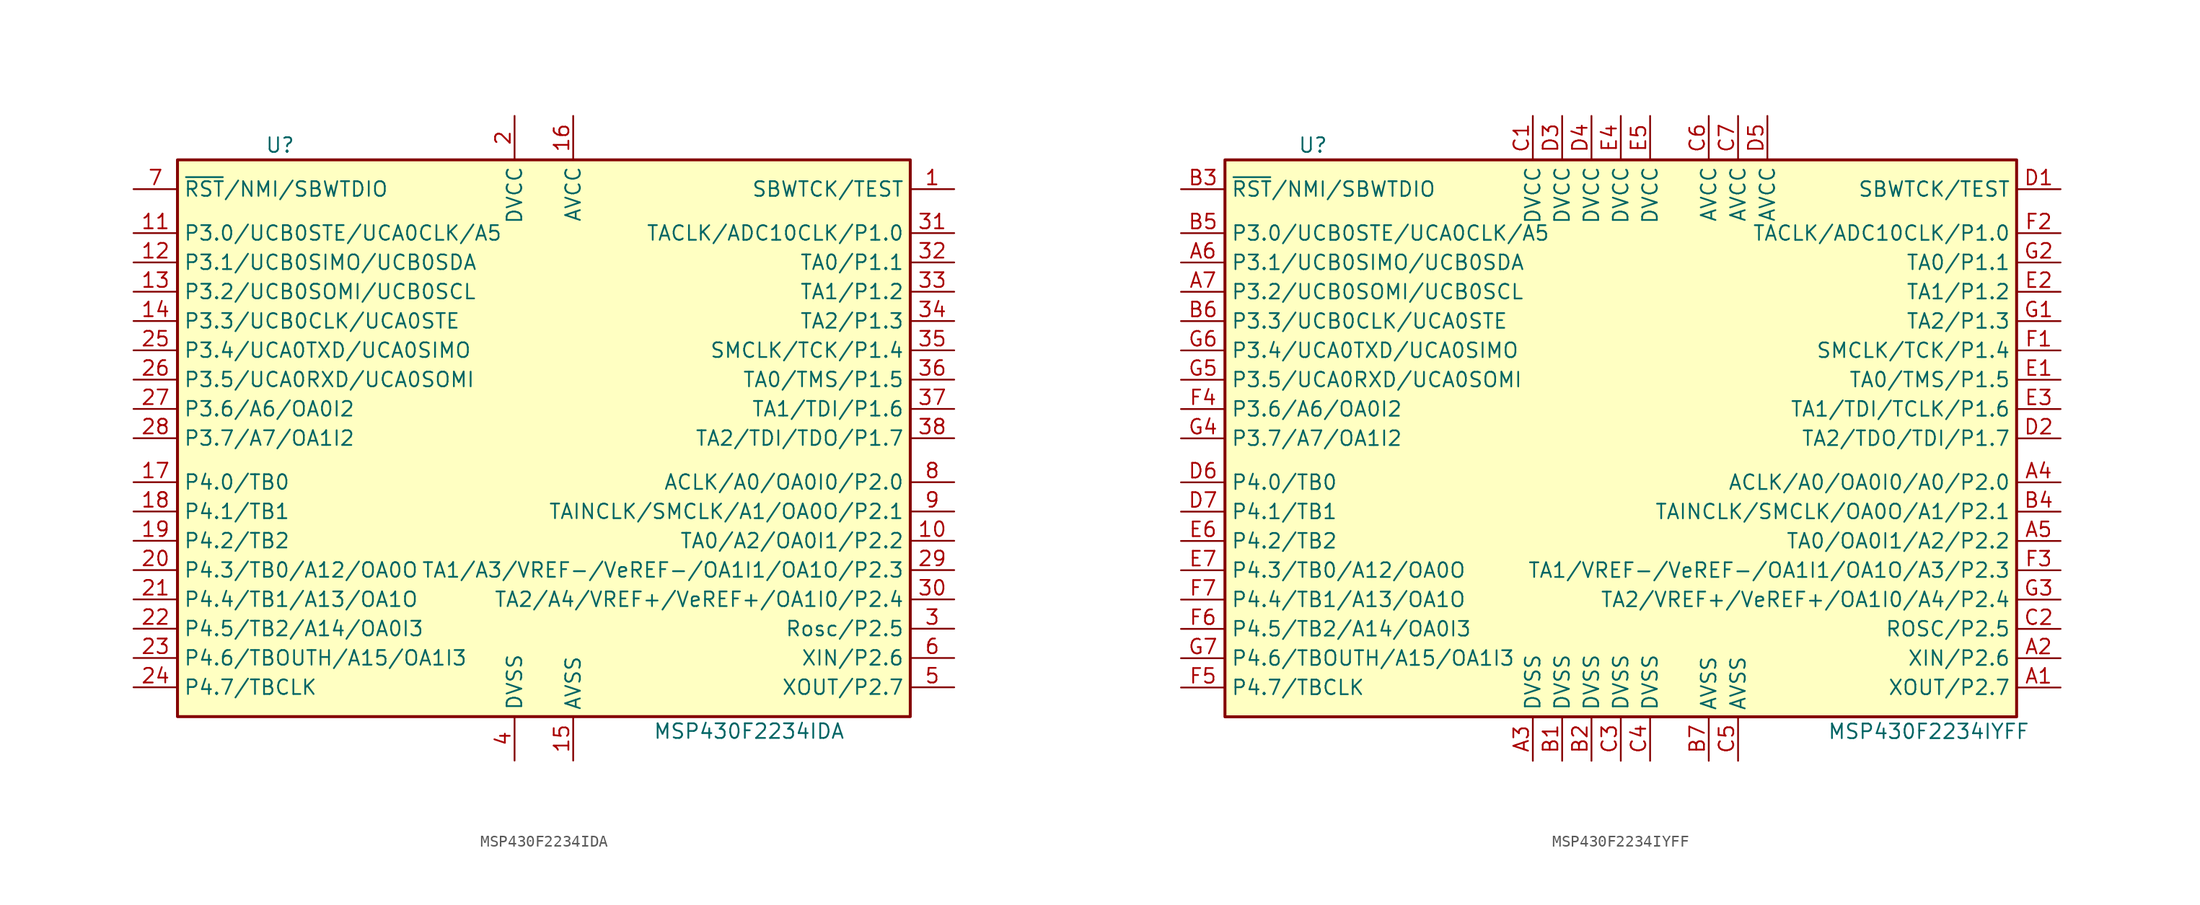
<source format=kicad_sym>
(kicad_symbol_lib
  (version 20211014)
  (generator kicad_symbol_editor)
  (symbol "MSP430F2234IDA"
    (property "Reference" "U"
      (at -22.86 25.4 0)
      (effects (font (size 1.27 1.27))))
    (property "Value" "MSP430F2234IDA"
      (at 17.78 -25.4 0)
      (effects (font (size 1.27 1.27))))
    (symbol "MSP430F2234IDA_0_1"
      (rectangle (start -31.75 24.13) (end 31.75 -24.13) (stroke (width 0.254) (type default) (color 0 0 0 0)) (fill (type background))))
    (symbol "MSP430F2234IDA_1_1"
      (pin input line (at 35.56 21.59 180) (length 3.81) (name "SBWTCK/TEST" (effects (font (size 1.27 1.27)))) (number "1" (effects (font (size 1.27 1.27)))))
      (pin bidirectional line (at 35.56 -8.89 180) (length 3.81) (name "TA0/A2/OA0I1/P2.2" (effects (font (size 1.27 1.27)))) (number "10" (effects (font (size 1.27 1.27)))))
      (pin bidirectional line (at -35.56 17.78 0) (length 3.81) (name "P3.0/UCB0STE/UCA0CLK/A5" (effects (font (size 1.27 1.27)))) (number "11" (effects (font (size 1.27 1.27)))))
      (pin bidirectional line (at -35.56 15.24 0) (length 3.81) (name "P3.1/UCB0SIMO/UCB0SDA" (effects (font (size 1.27 1.27)))) (number "12" (effects (font (size 1.27 1.27)))))
      (pin bidirectional line (at -35.56 12.7 0) (length 3.81) (name "P3.2/UCB0SOMI/UCB0SCL" (effects (font (size 1.27 1.27)))) (number "13" (effects (font (size 1.27 1.27)))))
      (pin bidirectional line (at -35.56 10.16 0) (length 3.81) (name "P3.3/UCB0CLK/UCA0STE" (effects (font (size 1.27 1.27)))) (number "14" (effects (font (size 1.27 1.27)))))
      (pin power_in line (at 2.54 -27.94 90) (length 3.81) (name "AVSS" (effects (font (size 1.27 1.27)))) (number "15" (effects (font (size 1.27 1.27)))))
      (pin power_in line (at 2.54 27.94 270) (length 3.81) (name "AVCC" (effects (font (size 1.27 1.27)))) (number "16" (effects (font (size 1.27 1.27)))))
      (pin bidirectional line (at -35.56 -3.81 0) (length 3.81) (name "P4.0/TB0" (effects (font (size 1.27 1.27)))) (number "17" (effects (font (size 1.27 1.27)))))
      (pin bidirectional line (at -35.56 -6.35 0) (length 3.81) (name "P4.1/TB1" (effects (font (size 1.27 1.27)))) (number "18" (effects (font (size 1.27 1.27)))))
      (pin bidirectional line (at -35.56 -8.89 0) (length 3.81) (name "P4.2/TB2" (effects (font (size 1.27 1.27)))) (number "19" (effects (font (size 1.27 1.27)))))
      (pin power_in line (at -2.54 27.94 270) (length 3.81) (name "DVCC" (effects (font (size 1.27 1.27)))) (number "2" (effects (font (size 1.27 1.27)))))
      (pin bidirectional line (at -35.56 -11.43 0) (length 3.81) (name "P4.3/TB0/A12/OA0O" (effects (font (size 1.27 1.27)))) (number "20" (effects (font (size 1.27 1.27)))))
      (pin bidirectional line (at -35.56 -13.97 0) (length 3.81) (name "P4.4/TB1/A13/OA1O" (effects (font (size 1.27 1.27)))) (number "21" (effects (font (size 1.27 1.27)))))
      (pin bidirectional line (at -35.56 -16.51 0) (length 3.81) (name "P4.5/TB2/A14/OA0I3" (effects (font (size 1.27 1.27)))) (number "22" (effects (font (size 1.27 1.27)))))
      (pin bidirectional line (at -35.56 -19.05 0) (length 3.81) (name "P4.6/TBOUTH/A15/OA1I3" (effects (font (size 1.27 1.27)))) (number "23" (effects (font (size 1.27 1.27)))))
      (pin bidirectional line (at -35.56 -21.59 0) (length 3.81) (name "P4.7/TBCLK" (effects (font (size 1.27 1.27)))) (number "24" (effects (font (size 1.27 1.27)))))
      (pin bidirectional line (at -35.56 7.62 0) (length 3.81) (name "P3.4/UCA0TXD/UCA0SIMO" (effects (font (size 1.27 1.27)))) (number "25" (effects (font (size 1.27 1.27)))))
      (pin bidirectional line (at -35.56 5.08 0) (length 3.81) (name "P3.5/UCA0RXD/UCA0SOMI" (effects (font (size 1.27 1.27)))) (number "26" (effects (font (size 1.27 1.27)))))
      (pin bidirectional line (at -35.56 2.54 0) (length 3.81) (name "P3.6/A6/OA0I2" (effects (font (size 1.27 1.27)))) (number "27" (effects (font (size 1.27 1.27)))))
      (pin bidirectional line (at -35.56 0 0) (length 3.81) (name "P3.7/A7/OA1I2" (effects (font (size 1.27 1.27)))) (number "28" (effects (font (size 1.27 1.27)))))
      (pin bidirectional line (at 35.56 -11.43 180) (length 3.81) (name "TA1/A3/VREF-/VeREF-/OA1I1/OA1O/P2.3" (effects (font (size 1.27 1.27)))) (number "29" (effects (font (size 1.27 1.27)))))
      (pin bidirectional line (at 35.56 -16.51 180) (length 3.81) (name "Rosc/P2.5" (effects (font (size 1.27 1.27)))) (number "3" (effects (font (size 1.27 1.27)))))
      (pin bidirectional line (at 35.56 -13.97 180) (length 3.81) (name "TA2/A4/VREF+/VeREF+/OA1I0/P2.4" (effects (font (size 1.27 1.27)))) (number "30" (effects (font (size 1.27 1.27)))))
      (pin bidirectional line (at 35.56 17.78 180) (length 3.81) (name "TACLK/ADC10CLK/P1.0" (effects (font (size 1.27 1.27)))) (number "31" (effects (font (size 1.27 1.27)))))
      (pin bidirectional line (at 35.56 15.24 180) (length 3.81) (name "TA0/P1.1" (effects (font (size 1.27 1.27)))) (number "32" (effects (font (size 1.27 1.27)))))
      (pin bidirectional line (at 35.56 12.7 180) (length 3.81) (name "TA1/P1.2" (effects (font (size 1.27 1.27)))) (number "33" (effects (font (size 1.27 1.27)))))
      (pin bidirectional line (at 35.56 10.16 180) (length 3.81) (name "TA2/P1.3" (effects (font (size 1.27 1.27)))) (number "34" (effects (font (size 1.27 1.27)))))
      (pin bidirectional line (at 35.56 7.62 180) (length 3.81) (name "SMCLK/TCK/P1.4" (effects (font (size 1.27 1.27)))) (number "35" (effects (font (size 1.27 1.27)))))
      (pin bidirectional line (at 35.56 5.08 180) (length 3.81) (name "TA0/TMS/P1.5" (effects (font (size 1.27 1.27)))) (number "36" (effects (font (size 1.27 1.27)))))
      (pin bidirectional line (at 35.56 2.54 180) (length 3.81) (name "TA1/TDI/P1.6" (effects (font (size 1.27 1.27)))) (number "37" (effects (font (size 1.27 1.27)))))
      (pin bidirectional line (at 35.56 0 180) (length 3.81) (name "TA2/TDI/TDO/P1.7" (effects (font (size 1.27 1.27)))) (number "38" (effects (font (size 1.27 1.27)))))
      (pin power_in line (at -2.54 -27.94 90) (length 3.81) (name "DVSS" (effects (font (size 1.27 1.27)))) (number "4" (effects (font (size 1.27 1.27)))))
      (pin bidirectional line (at 35.56 -21.59 180) (length 3.81) (name "XOUT/P2.7" (effects (font (size 1.27 1.27)))) (number "5" (effects (font (size 1.27 1.27)))))
      (pin bidirectional line (at 35.56 -19.05 180) (length 3.81) (name "XIN/P2.6" (effects (font (size 1.27 1.27)))) (number "6" (effects (font (size 1.27 1.27)))))
      (pin bidirectional line (at -35.56 21.59 0) (length 3.81) (name "~{RST}/NMI/SBWTDIO" (effects (font (size 1.27 1.27)))) (number "7" (effects (font (size 1.27 1.27)))))
      (pin bidirectional line (at 35.56 -3.81 180) (length 3.81) (name "ACLK/A0/OA0I0/P2.0" (effects (font (size 1.27 1.27)))) (number "8" (effects (font (size 1.27 1.27)))))
      (pin bidirectional line (at 35.56 -6.35 180) (length 3.81) (name "TAINCLK/SMCLK/A1/OA0O/P2.1" (effects (font (size 1.27 1.27)))) (number "9" (effects (font (size 1.27 1.27)))))))
  (symbol "MSP430F2234IYFF"
    (property "Reference" "U"
      (at -26.67 25.4 0)
      (effects (font (size 1.27 1.27))))
    (property "Value" "MSP430F2234IYFF"
      (at 26.67 -25.4 0)
      (effects (font (size 1.27 1.27))))
    (symbol "MSP430F2234IYFF_0_1"
      (rectangle (start -34.29 24.13) (end 34.29 -24.13) (stroke (width 0.254) (type default) (color 0 0 0 0)) (fill (type background))))
    (symbol "MSP430F2234IYFF_1_1"
      (pin bidirectional line (at 38.1 -21.59 180) (length 3.81) (name "XOUT/P2.7" (effects (font (size 1.27 1.27)))) (number "A1" (effects (font (size 1.27 1.27)))))
      (pin bidirectional line (at 38.1 -19.05 180) (length 3.81) (name "XIN/P2.6" (effects (font (size 1.27 1.27)))) (number "A2" (effects (font (size 1.27 1.27)))))
      (pin power_in line (at -7.62 -27.94 90) (length 3.81) (name "DVSS" (effects (font (size 1.27 1.27)))) (number "A3" (effects (font (size 1.27 1.27)))))
      (pin bidirectional line (at 38.1 -3.81 180) (length 3.81) (name "ACLK/A0/OA0I0/A0/P2.0" (effects (font (size 1.27 1.27)))) (number "A4" (effects (font (size 1.27 1.27)))))
      (pin bidirectional line (at 38.1 -8.89 180) (length 3.81) (name "TA0/OA0I1/A2/P2.2" (effects (font (size 1.27 1.27)))) (number "A5" (effects (font (size 1.27 1.27)))))
      (pin bidirectional line (at -38.1 15.24 0) (length 3.81) (name "P3.1/UCB0SIMO/UCB0SDA" (effects (font (size 1.27 1.27)))) (number "A6" (effects (font (size 1.27 1.27)))))
      (pin bidirectional line (at -38.1 12.7 0) (length 3.81) (name "P3.2/UCB0SOMI/UCB0SCL" (effects (font (size 1.27 1.27)))) (number "A7" (effects (font (size 1.27 1.27)))))
      (pin power_in line (at -5.08 -27.94 90) (length 3.81) (name "DVSS" (effects (font (size 1.27 1.27)))) (number "B1" (effects (font (size 1.27 1.27)))))
      (pin power_in line (at -2.54 -27.94 90) (length 3.81) (name "DVSS" (effects (font (size 1.27 1.27)))) (number "B2" (effects (font (size 1.27 1.27)))))
      (pin input line (at -38.1 21.59 0) (length 3.81) (name "~{RST}/NMI/SBWTDIO" (effects (font (size 1.27 1.27)))) (number "B3" (effects (font (size 1.27 1.27)))))
      (pin bidirectional line (at 38.1 -6.35 180) (length 3.81) (name "TAINCLK/SMCLK/OA0O/A1/P2.1" (effects (font (size 1.27 1.27)))) (number "B4" (effects (font (size 1.27 1.27)))))
      (pin bidirectional line (at -38.1 17.78 0) (length 3.81) (name "P3.0/UCB0STE/UCA0CLK/A5" (effects (font (size 1.27 1.27)))) (number "B5" (effects (font (size 1.27 1.27)))))
      (pin bidirectional line (at -38.1 10.16 0) (length 3.81) (name "P3.3/UCB0CLK/UCA0STE" (effects (font (size 1.27 1.27)))) (number "B6" (effects (font (size 1.27 1.27)))))
      (pin power_in line (at 7.62 -27.94 90) (length 3.81) (name "AVSS" (effects (font (size 1.27 1.27)))) (number "B7" (effects (font (size 1.27 1.27)))))
      (pin power_in line (at -7.62 27.94 270) (length 3.81) (name "DVCC" (effects (font (size 1.27 1.27)))) (number "C1" (effects (font (size 1.27 1.27)))))
      (pin bidirectional line (at 38.1 -16.51 180) (length 3.81) (name "ROSC/P2.5" (effects (font (size 1.27 1.27)))) (number "C2" (effects (font (size 1.27 1.27)))))
      (pin power_in line (at 0 -27.94 90) (length 3.81) (name "DVSS" (effects (font (size 1.27 1.27)))) (number "C3" (effects (font (size 1.27 1.27)))))
      (pin power_in line (at 2.54 -27.94 90) (length 3.81) (name "DVSS" (effects (font (size 1.27 1.27)))) (number "C4" (effects (font (size 1.27 1.27)))))
      (pin power_in line (at 10.16 -27.94 90) (length 3.81) (name "AVSS" (effects (font (size 1.27 1.27)))) (number "C5" (effects (font (size 1.27 1.27)))))
      (pin power_in line (at 7.62 27.94 270) (length 3.81) (name "AVCC" (effects (font (size 1.27 1.27)))) (number "C6" (effects (font (size 1.27 1.27)))))
      (pin power_in line (at 10.16 27.94 270) (length 3.81) (name "AVCC" (effects (font (size 1.27 1.27)))) (number "C7" (effects (font (size 1.27 1.27)))))
      (pin input line (at 38.1 21.59 180) (length 3.81) (name "SBWTCK/TEST" (effects (font (size 1.27 1.27)))) (number "D1" (effects (font (size 1.27 1.27)))))
      (pin bidirectional line (at 38.1 0 180) (length 3.81) (name "TA2/TDO/TDI/P1.7" (effects (font (size 1.27 1.27)))) (number "D2" (effects (font (size 1.27 1.27)))))
      (pin power_in line (at -5.08 27.94 270) (length 3.81) (name "DVCC" (effects (font (size 1.27 1.27)))) (number "D3" (effects (font (size 1.27 1.27)))))
      (pin power_in line (at -2.54 27.94 270) (length 3.81) (name "DVCC" (effects (font (size 1.27 1.27)))) (number "D4" (effects (font (size 1.27 1.27)))))
      (pin power_in line (at 12.7 27.94 270) (length 3.81) (name "AVCC" (effects (font (size 1.27 1.27)))) (number "D5" (effects (font (size 1.27 1.27)))))
      (pin bidirectional line (at -38.1 -3.81 0) (length 3.81) (name "P4.0/TB0" (effects (font (size 1.27 1.27)))) (number "D6" (effects (font (size 1.27 1.27)))))
      (pin bidirectional line (at -38.1 -6.35 0) (length 3.81) (name "P4.1/TB1" (effects (font (size 1.27 1.27)))) (number "D7" (effects (font (size 1.27 1.27)))))
      (pin bidirectional line (at 38.1 5.08 180) (length 3.81) (name "TA0/TMS/P1.5" (effects (font (size 1.27 1.27)))) (number "E1" (effects (font (size 1.27 1.27)))))
      (pin bidirectional line (at 38.1 12.7 180) (length 3.81) (name "TA1/P1.2" (effects (font (size 1.27 1.27)))) (number "E2" (effects (font (size 1.27 1.27)))))
      (pin bidirectional line (at 38.1 2.54 180) (length 3.81) (name "TA1/TDI/TCLK/P1.6" (effects (font (size 1.27 1.27)))) (number "E3" (effects (font (size 1.27 1.27)))))
      (pin power_in line (at 0 27.94 270) (length 3.81) (name "DVCC" (effects (font (size 1.27 1.27)))) (number "E4" (effects (font (size 1.27 1.27)))))
      (pin power_in line (at 2.54 27.94 270) (length 3.81) (name "DVCC" (effects (font (size 1.27 1.27)))) (number "E5" (effects (font (size 1.27 1.27)))))
      (pin bidirectional line (at -38.1 -8.89 0) (length 3.81) (name "P4.2/TB2" (effects (font (size 1.27 1.27)))) (number "E6" (effects (font (size 1.27 1.27)))))
      (pin bidirectional line (at -38.1 -11.43 0) (length 3.81) (name "P4.3/TB0/A12/OA0O" (effects (font (size 1.27 1.27)))) (number "E7" (effects (font (size 1.27 1.27)))))
      (pin bidirectional line (at 38.1 7.62 180) (length 3.81) (name "SMCLK/TCK/P1.4" (effects (font (size 1.27 1.27)))) (number "F1" (effects (font (size 1.27 1.27)))))
      (pin bidirectional line (at 38.1 17.78 180) (length 3.81) (name "TACLK/ADC10CLK/P1.0" (effects (font (size 1.27 1.27)))) (number "F2" (effects (font (size 1.27 1.27)))))
      (pin bidirectional line (at 38.1 -11.43 180) (length 3.81) (name "TA1/VREF-/VeREF-/OA1I1/OA1O/A3/P2.3" (effects (font (size 1.27 1.27)))) (number "F3" (effects (font (size 1.27 1.27)))))
      (pin bidirectional line (at -38.1 2.54 0) (length 3.81) (name "P3.6/A6/OA0I2" (effects (font (size 1.27 1.27)))) (number "F4" (effects (font (size 1.27 1.27)))))
      (pin bidirectional line (at -38.1 -21.59 0) (length 3.81) (name "P4.7/TBCLK" (effects (font (size 1.27 1.27)))) (number "F5" (effects (font (size 1.27 1.27)))))
      (pin bidirectional line (at -38.1 -16.51 0) (length 3.81) (name "P4.5/TB2/A14/OA0I3" (effects (font (size 1.27 1.27)))) (number "F6" (effects (font (size 1.27 1.27)))))
      (pin bidirectional line (at -38.1 -13.97 0) (length 3.81) (name "P4.4/TB1/A13/OA1O" (effects (font (size 1.27 1.27)))) (number "F7" (effects (font (size 1.27 1.27)))))
      (pin bidirectional line (at 38.1 10.16 180) (length 3.81) (name "TA2/P1.3" (effects (font (size 1.27 1.27)))) (number "G1" (effects (font (size 1.27 1.27)))))
      (pin bidirectional line (at 38.1 15.24 180) (length 3.81) (name "TA0/P1.1" (effects (font (size 1.27 1.27)))) (number "G2" (effects (font (size 1.27 1.27)))))
      (pin bidirectional line (at 38.1 -13.97 180) (length 3.81) (name "TA2/VREF+/VeREF+/OA1I0/A4/P2.4" (effects (font (size 1.27 1.27)))) (number "G3" (effects (font (size 1.27 1.27)))))
      (pin bidirectional line (at -38.1 0 0) (length 3.81) (name "P3.7/A7/OA1I2" (effects (font (size 1.27 1.27)))) (number "G4" (effects (font (size 1.27 1.27)))))
      (pin bidirectional line (at -38.1 5.08 0) (length 3.81) (name "P3.5/UCA0RXD/UCA0SOMI" (effects (font (size 1.27 1.27)))) (number "G5" (effects (font (size 1.27 1.27)))))
      (pin bidirectional line (at -38.1 7.62 0) (length 3.81) (name "P3.4/UCA0TXD/UCA0SIMO" (effects (font (size 1.27 1.27)))) (number "G6" (effects (font (size 1.27 1.27)))))
      (pin bidirectional line (at -38.1 -19.05 0) (length 3.81) (name "P4.6/TBOUTH/A15/OA1I3" (effects (font (size 1.27 1.27)))) (number "G7" (effects (font (size 1.27 1.27))))))))
</source>
